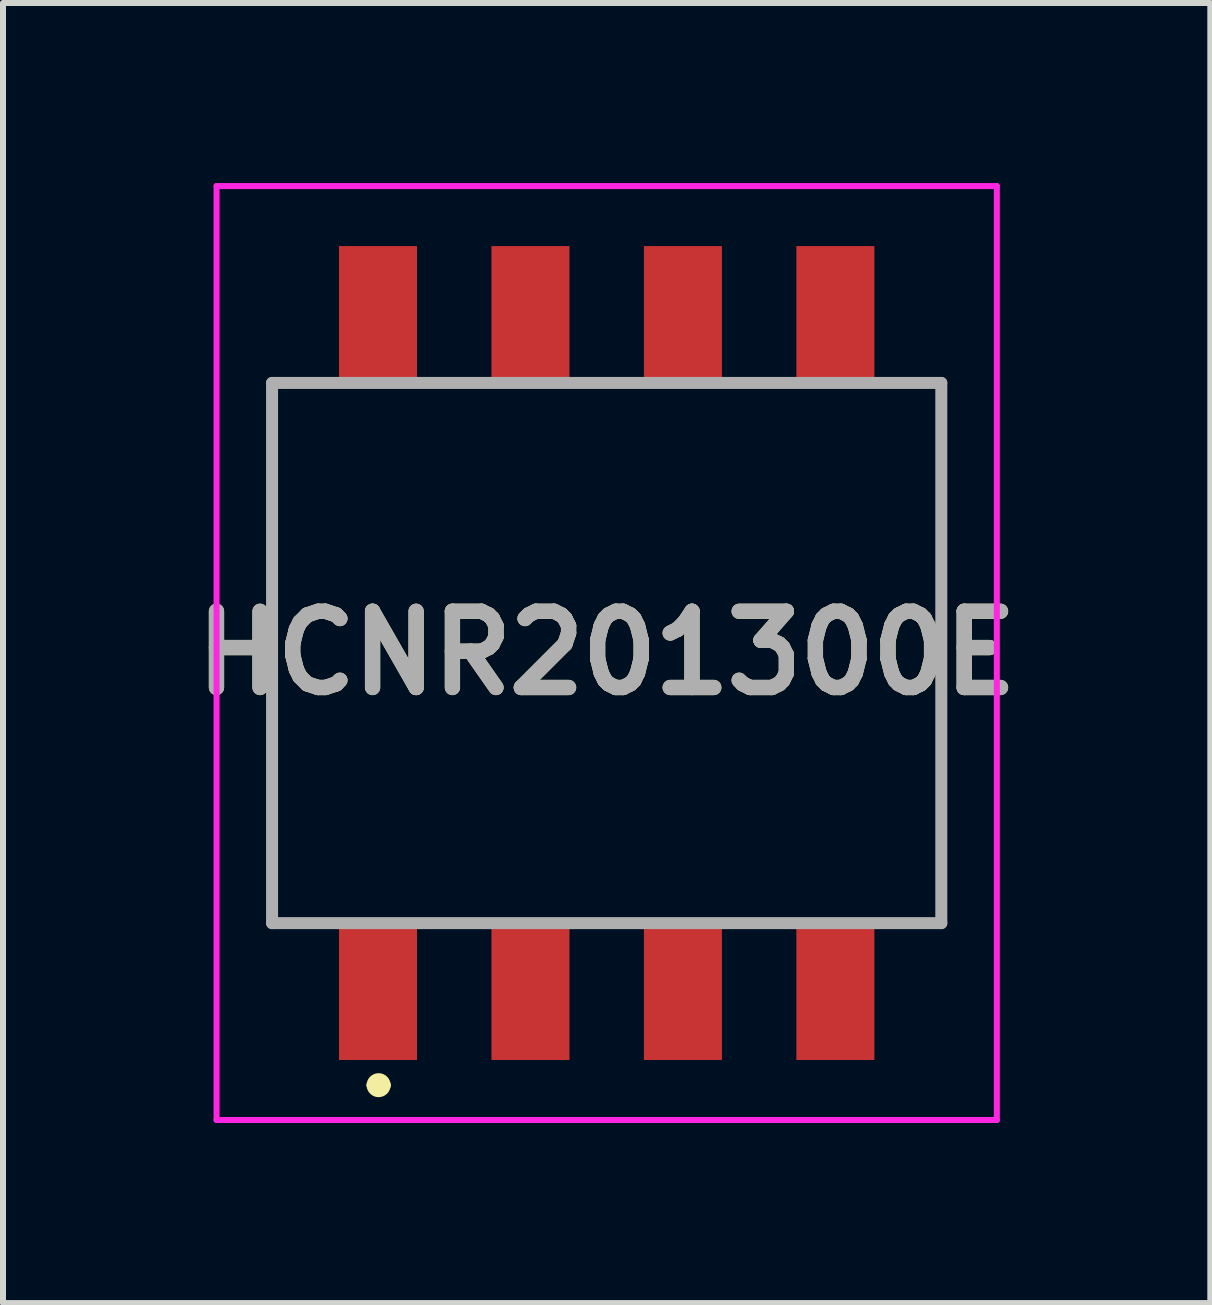
<source format=kicad_pcb>
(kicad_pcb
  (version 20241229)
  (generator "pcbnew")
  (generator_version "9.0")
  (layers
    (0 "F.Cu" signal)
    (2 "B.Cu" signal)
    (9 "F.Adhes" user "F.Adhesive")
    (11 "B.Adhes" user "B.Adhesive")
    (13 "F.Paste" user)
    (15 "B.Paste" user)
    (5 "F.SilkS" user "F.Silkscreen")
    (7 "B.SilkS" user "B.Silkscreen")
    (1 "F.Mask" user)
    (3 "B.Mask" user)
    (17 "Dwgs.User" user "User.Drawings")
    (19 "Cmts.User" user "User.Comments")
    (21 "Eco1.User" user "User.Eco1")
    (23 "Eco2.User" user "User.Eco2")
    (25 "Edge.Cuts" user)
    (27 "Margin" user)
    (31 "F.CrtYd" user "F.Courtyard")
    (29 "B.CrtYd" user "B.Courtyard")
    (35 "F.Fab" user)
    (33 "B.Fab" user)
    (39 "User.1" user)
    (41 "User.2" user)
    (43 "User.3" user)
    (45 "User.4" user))
  (footprint "HCNR201300E"
    (layer "F.Cu")
    (at 7.058 7.83)
    (property "Reference" "HCNR201300E" (at 0 0 0) (layer "F.SilkS") (effects (font (size 1.27 1.27) (thickness 0.254))))
    (attr smd)
    (fp_line (start -5.575 -4.5) (end -5.575 4.5) (stroke (width 0.1) (type solid)) (layer "F.SilkS"))
    (fp_line (start -3.9 7.2) (end -3.9 7.2) (stroke (width 0.2) (type solid)) (layer "F.SilkS"))
    (fp_line (start -3.7 7.2) (end -3.7 7.2) (stroke (width 0.2) (type solid)) (layer "F.SilkS"))
    (fp_line (start 5.575 -4.5) (end 5.575 4.5) (stroke (width 0.1) (type solid)) (layer "F.SilkS"))
    (fp_arc (start -3.9 7.2) (mid -3.8 7.1) (end -3.7 7.2) (stroke (width 0.2) (type solid)) (layer "F.SilkS"))
    (fp_arc (start -3.7 7.2) (mid -3.8 7.3) (end -3.9 7.2) (stroke (width 0.2) (type solid)) (layer "F.SilkS"))
    (fp_line (start -6.5 -7.78) (end 6.5 -7.78) (stroke (width 0.1) (type solid)) (layer "F.CrtYd"))
    (fp_line (start -6.5 7.78) (end -6.5 -7.78) (stroke (width 0.1) (type solid)) (layer "F.CrtYd"))
    (fp_line (start 6.5 -7.78) (end 6.5 7.78) (stroke (width 0.1) (type solid)) (layer "F.CrtYd"))
    (fp_line (start 6.5 7.78) (end -6.5 7.78) (stroke (width 0.1) (type solid)) (layer "F.CrtYd"))
    (fp_line (start -5.575 -4.5) (end 5.575 -4.5) (stroke (width 0.2) (type solid)) (layer "F.Fab"))
    (fp_line (start -5.575 4.5) (end -5.575 -4.5) (stroke (width 0.2) (type solid)) (layer "F.Fab"))
    (fp_line (start 5.575 -4.5) (end 5.575 4.5) (stroke (width 0.2) (type solid)) (layer "F.Fab"))
    (fp_line (start 5.575 4.5) (end -5.575 4.5) (stroke (width 0.2) (type solid)) (layer "F.Fab"))
    (fp_text user "${REFERENCE}" (at 0 0 0) (layer "F.Fab") (effects (font (size 1.27 1.27) (thickness 0.254))))
    (pad "1" smd rect (at -3.81 5.635) (size 1.3 2.29) (layers "F.Cu" "F.Mask" "F.Paste"))
    (pad "2" smd rect (at -1.27 5.635) (size 1.3 2.29) (layers "F.Cu" "F.Mask" "F.Paste"))
    (pad "3" smd rect (at 1.27 5.635) (size 1.3 2.29) (layers "F.Cu" "F.Mask" "F.Paste"))
    (pad "4" smd rect (at 3.81 5.635) (size 1.3 2.29) (layers "F.Cu" "F.Mask" "F.Paste"))
    (pad "5" smd rect (at 3.81 -5.635) (size 1.3 2.29) (layers "F.Cu" "F.Mask" "F.Paste"))
    (pad "6" smd rect (at 1.27 -5.635) (size 1.3 2.29) (layers "F.Cu" "F.Mask" "F.Paste"))
    (pad "7" smd rect (at -1.27 -5.635) (size 1.3 2.29) (layers "F.Cu" "F.Mask" "F.Paste"))
    (pad "8" smd rect (at -3.81 -5.635) (size 1.3 2.29) (layers "F.Cu" "F.Mask" "F.Paste")))
  (gr_rect
    (start -3 -3)
    (end 17.115 18.66)
    (stroke (width 0.1) (type default))
    (fill no)
    (layer "Edge.Cuts")))
</source>
